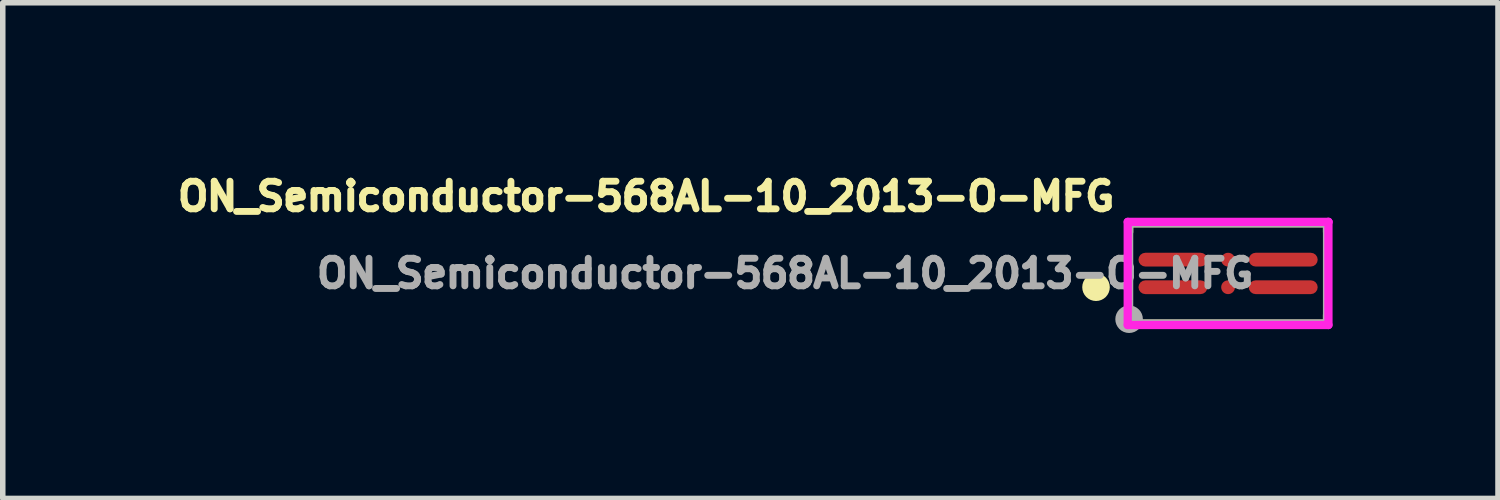
<source format=kicad_pcb>
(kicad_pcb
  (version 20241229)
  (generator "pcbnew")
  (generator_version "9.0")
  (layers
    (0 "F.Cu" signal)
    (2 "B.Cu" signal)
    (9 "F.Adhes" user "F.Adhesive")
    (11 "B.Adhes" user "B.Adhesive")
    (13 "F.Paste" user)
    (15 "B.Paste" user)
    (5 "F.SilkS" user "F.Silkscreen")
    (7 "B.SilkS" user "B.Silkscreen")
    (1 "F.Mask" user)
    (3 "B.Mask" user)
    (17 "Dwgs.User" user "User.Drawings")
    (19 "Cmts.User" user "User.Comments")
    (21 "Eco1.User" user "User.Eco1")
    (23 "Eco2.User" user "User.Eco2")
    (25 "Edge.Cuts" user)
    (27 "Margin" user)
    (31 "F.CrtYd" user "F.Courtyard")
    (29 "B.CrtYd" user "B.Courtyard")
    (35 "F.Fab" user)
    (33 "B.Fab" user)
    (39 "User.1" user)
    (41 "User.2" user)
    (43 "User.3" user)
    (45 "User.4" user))
  (footprint "ON_Semiconductor-568AL-10_2013-O-MFG"
    (layer "F.Cu")
    (at 19.222 1.909)
    (property "Reference" "ON_Semiconductor-568AL-10_2013-O-MFG" (at -1.995 -1.397 180) (layer "F.SilkS") (effects (font (size 0.5 0.5) (thickness 0.125)) (justify right)))
    (attr smd)
    (fp_line (start -1.795 -0.91) (end 1.795 -0.91) (stroke (width 0.15) (type solid)) (layer "F.SilkS"))
    (fp_line (start -1.795 -0.75) (end -1.795 -0.91) (stroke (width 0.15) (type solid)) (layer "F.SilkS"))
    (fp_line (start -1.795 0.91) (end -1.795 0.75) (stroke (width 0.15) (type solid)) (layer "F.SilkS"))
    (fp_line (start -1.795 0.91) (end 1.795 0.91) (stroke (width 0.15) (type solid)) (layer "F.SilkS"))
    (fp_line (start 1.795 -0.75) (end 1.795 -0.91) (stroke (width 0.15) (type solid)) (layer "F.SilkS"))
    (fp_line (start 1.795 0.91) (end 1.795 0.75) (stroke (width 0.15) (type solid)) (layer "F.SilkS"))
    (fp_circle (center -2.395 0.25) (end -2.27 0.25) (stroke (width 0.25) (type solid)) (fill no) (layer "F.SilkS"))
    (fp_line (start -1.82 -0.935) (end -1.82 0.935) (stroke (width 0.15) (type solid)) (layer "F.CrtYd"))
    (fp_line (start -1.82 0.935) (end 1.82 0.935) (stroke (width 0.15) (type solid)) (layer "F.CrtYd"))
    (fp_line (start 1.82 -0.935) (end -1.82 -0.935) (stroke (width 0.15) (type solid)) (layer "F.CrtYd"))
    (fp_line (start 1.82 -0.935) (end 1.82 -0.935) (stroke (width 0.15) (type solid)) (layer "F.CrtYd"))
    (fp_line (start 1.82 0.935) (end 1.82 -0.935) (stroke (width 0.15) (type solid)) (layer "F.CrtYd"))
    (fp_line (start -1.795 -0.91) (end 1.795 -0.91) (stroke (width 0.15) (type solid)) (layer "F.Fab"))
    (fp_line (start -1.795 0.91) (end -1.795 -0.91) (stroke (width 0.15) (type solid)) (layer "F.Fab"))
    (fp_line (start 1.795 -0.91) (end 1.795 0.91) (stroke (width 0.15) (type solid)) (layer "F.Fab"))
    (fp_line (start 1.795 0.91) (end -1.795 0.91) (stroke (width 0.15) (type solid)) (layer "F.Fab"))
    (fp_circle (center -1.795 0.83) (end -1.67 0.83) (stroke (width 0.25) (type solid)) (fill no) (layer "F.Fab"))
    (fp_text user "${REFERENCE}" (at 0.526 0 180) (layer "F.Fab") (effects (font (size 0.5 0.5) (thickness 0.125)) (justify right)))
    (pad "1" smd roundrect (at -1 0.25) (size 1.25 0.25) (layers "F.Cu" "F.Mask" "F.Paste") (roundrect_rratio 0.5))
    (pad "2" smd circle (at 0 0.25) (size 0.25 0.25) (layers "F.Cu" "F.Mask" "F.Paste"))
    (pad "3" smd roundrect (at 1 0.25) (size 1.25 0.25) (layers "F.Cu" "F.Mask" "F.Paste") (roundrect_rratio 0.5))
    (pad "4" smd roundrect (at 1 -0.25) (size 1.25 0.25) (layers "F.Cu" "F.Mask" "F.Paste") (roundrect_rratio 0.5))
    (pad "5" smd circle (at 0 -0.25) (size 0.25 0.25) (layers "F.Cu" "F.Mask" "F.Paste"))
    (pad "6" smd roundrect (at -1 -0.25) (size 1.25 0.25) (layers "F.Cu" "F.Mask" "F.Paste") (roundrect_rratio 0.5)))
  (gr_rect
    (start -3 -3)
    (end 24.117 5.989)
    (stroke (width 0.1) (type default))
    (fill no)
    (layer "Edge.Cuts")))
</source>
